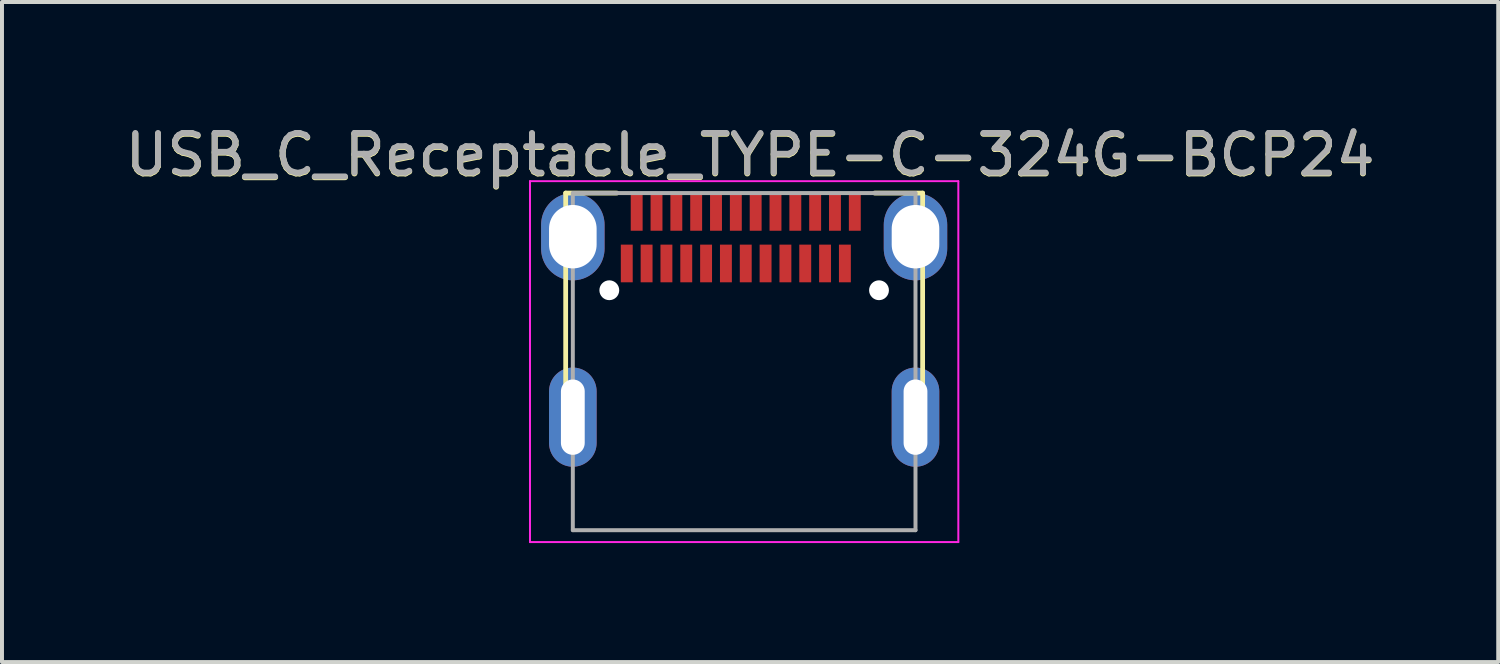
<source format=kicad_pcb>
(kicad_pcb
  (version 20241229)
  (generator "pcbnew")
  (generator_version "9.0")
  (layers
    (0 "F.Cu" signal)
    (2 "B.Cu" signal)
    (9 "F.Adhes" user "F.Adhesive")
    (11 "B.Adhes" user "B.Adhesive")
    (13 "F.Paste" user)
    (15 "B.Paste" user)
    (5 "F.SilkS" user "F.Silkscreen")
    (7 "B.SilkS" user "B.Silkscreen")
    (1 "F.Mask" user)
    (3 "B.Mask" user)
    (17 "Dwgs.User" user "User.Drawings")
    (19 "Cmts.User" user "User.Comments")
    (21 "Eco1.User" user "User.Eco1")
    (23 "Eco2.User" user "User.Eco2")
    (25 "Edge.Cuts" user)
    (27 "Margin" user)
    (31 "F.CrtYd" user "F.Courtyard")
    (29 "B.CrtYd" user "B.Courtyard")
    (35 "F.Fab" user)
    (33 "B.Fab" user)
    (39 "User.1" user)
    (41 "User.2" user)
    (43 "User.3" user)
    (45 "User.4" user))
  (footprint "USB_C_Receptacle_TYPE-C-324G-BCP24"
    (layer "F.Cu")
    (at 15.713 4.918)
    (property "Reference" "USB_C_Receptacle_TYPE-C-324G-BCP24" (at 0.15 -4.05 0) (unlocked yes) (layer "F.SilkS") (effects (font (size 1 1) (thickness 0.15))))
    (attr smd)
    (fp_line (start -4.5 -3.1) (end -4.5 -2.08) (stroke (width 0.12) (type solid)) (layer "F.SilkS"))
    (fp_line (start -4.5 -3.1) (end -3.21 -3.1) (stroke (width 0.12) (type solid)) (layer "F.SilkS"))
    (fp_line (start -4.5 -2.38) (end -4.5 1.86) (stroke (width 0.12) (type solid)) (layer "F.SilkS"))
    (fp_line (start 3.29 -3.1) (end 4.5 -3.1) (stroke (width 0.12) (type solid)) (layer "F.SilkS"))
    (fp_line (start 4.5 -3.1) (end 4.5 -2.08) (stroke (width 0.12) (type solid)) (layer "F.SilkS"))
    (fp_line (start 4.5 -2.38) (end 4.5 1.86) (stroke (width 0.12) (type solid)) (layer "F.SilkS"))
    (fp_line (start -5.4 -3.4) (end 5.4 -3.4) (stroke (width 0.05) (type solid)) (layer "F.CrtYd"))
    (fp_line (start -5.4 5.7) (end -5.4 -3.4) (stroke (width 0.05) (type solid)) (layer "F.CrtYd"))
    (fp_line (start 5.4 -3.4) (end 5.4 5.7) (stroke (width 0.05) (type solid)) (layer "F.CrtYd"))
    (fp_line (start 5.4 5.7) (end -5.4 5.7) (stroke (width 0.05) (type solid)) (layer "F.CrtYd"))
    (fp_line (start -4.32 -3.1) (end 4.32 -3.1) (stroke (width 0.1) (type solid)) (layer "F.Fab"))
    (fp_line (start -4.32 5.4) (end -4.32 -3.1) (stroke (width 0.1) (type solid)) (layer "F.Fab"))
    (fp_line (start -4.32 5.4) (end 4.32 5.4) (stroke (width 0.1) (type solid)) (layer "F.Fab"))
    (fp_line (start 4.32 5.4) (end 4.32 -3.1) (stroke (width 0.1) (type solid)) (layer "F.Fab"))
    (fp_text user "${REFERENCE}" (at 0.15 -4.07 0) (unlocked yes) (layer "F.Fab") (effects (font (size 1 1) (thickness 0.15))))
    (pad "" np_thru_hole circle (at -3.4 -0.65) (size 0.5 0.5) (drill 0.5) (layers "*.Cu" "*.Mask"))
    (pad "" np_thru_hole circle (at 3.4 -0.65) (size 0.5 0.5) (drill 0.5) (layers "*.Cu" "*.Mask"))
    (pad "A1" smd rect (at -2.71 -2.625) (size 0.3 0.95) (layers "F.Cu" "F.Mask" "F.Paste"))
    (pad "A2" smd rect (at -2.21 -2.625) (size 0.3 0.95) (layers "F.Cu" "F.Mask" "F.Paste"))
    (pad "A3" smd rect (at -1.71 -2.625) (size 0.3 0.95) (layers "F.Cu" "F.Mask" "F.Paste"))
    (pad "A4" smd rect (at -1.21 -2.625) (size 0.3 0.95) (layers "F.Cu" "F.Mask" "F.Paste"))
    (pad "A5" smd rect (at -0.71 -2.625) (size 0.3 0.95) (layers "F.Cu" "F.Mask" "F.Paste"))
    (pad "A6" smd rect (at -0.21 -2.625) (size 0.3 0.95) (layers "F.Cu" "F.Mask" "F.Paste"))
    (pad "A7" smd rect (at 0.29 -2.625) (size 0.3 0.95) (layers "F.Cu" "F.Mask" "F.Paste"))
    (pad "A8" smd rect (at 0.79 -2.625) (size 0.3 0.95) (layers "F.Cu" "F.Mask" "F.Paste"))
    (pad "A9" smd rect (at 1.29 -2.625) (size 0.3 0.95) (layers "F.Cu" "F.Mask" "F.Paste"))
    (pad "A10" smd rect (at 1.79 -2.625) (size 0.3 0.95) (layers "F.Cu" "F.Mask" "F.Paste"))
    (pad "A11" smd rect (at 2.29 -2.625) (size 0.3 0.95) (layers "F.Cu" "F.Mask" "F.Paste"))
    (pad "A12" smd rect (at 2.79 -2.625) (size 0.3 0.95) (layers "F.Cu" "F.Mask" "F.Paste"))
    (pad "B1" smd rect (at 2.54 -1.325) (size 0.3 0.95) (layers "F.Cu" "F.Mask" "F.Paste"))
    (pad "B2" smd rect (at 2.04 -1.325) (size 0.3 0.95) (layers "F.Cu" "F.Mask" "F.Paste"))
    (pad "B3" smd rect (at 1.54 -1.325) (size 0.3 0.95) (layers "F.Cu" "F.Mask" "F.Paste"))
    (pad "B4" smd rect (at 1.04 -1.325) (size 0.3 0.95) (layers "F.Cu" "F.Mask" "F.Paste"))
    (pad "B5" smd rect (at 0.54 -1.325) (size 0.3 0.95) (layers "F.Cu" "F.Mask" "F.Paste"))
    (pad "B6" smd rect (at 0.04 -1.325) (size 0.3 0.95) (layers "F.Cu" "F.Mask" "F.Paste"))
    (pad "B7" smd rect (at -0.46 -1.325) (size 0.3 0.95) (layers "F.Cu" "F.Mask" "F.Paste"))
    (pad "B8" smd rect (at -0.96 -1.325) (size 0.3 0.95) (layers "F.Cu" "F.Mask" "F.Paste"))
    (pad "B9" smd rect (at -1.46 -1.325) (size 0.3 0.95) (layers "F.Cu" "F.Mask" "F.Paste"))
    (pad "B10" smd rect (at -1.96 -1.325) (size 0.3 0.95) (layers "F.Cu" "F.Mask" "F.Paste"))
    (pad "B11" smd rect (at -2.46 -1.325) (size 0.3 0.95) (layers "F.Cu" "F.Mask" "F.Paste"))
    (pad "B12" smd rect (at -2.96 -1.325) (size 0.3 0.95) (layers "F.Cu" "F.Mask" "F.Paste"))
    (pad "S1" thru_hole oval (at -4.32 -2) (size 1.6 2.2) (drill oval 1.2 1.6) (layers "*.Cu" "*.Mask"))
    (pad "S1" thru_hole oval (at -4.32 2.55) (size 1.2 2.5) (drill oval 0.6 1.9) (layers "*.Cu" "*.Mask"))
    (pad "S1" thru_hole oval (at 4.32 -2) (size 1.6 2.2) (drill oval 1.2 1.6) (layers "*.Cu" "*.Mask"))
    (pad "S1" thru_hole oval (at 4.32 2.55) (size 1.2 2.5) (drill oval 0.6 1.9) (layers "*.Cu" "*.Mask")))
  (gr_rect
    (start -3 -3)
    (end 34.726 13.643)
    (stroke (width 0.1) (type default))
    (fill no)
    (layer "Edge.Cuts")))
</source>
